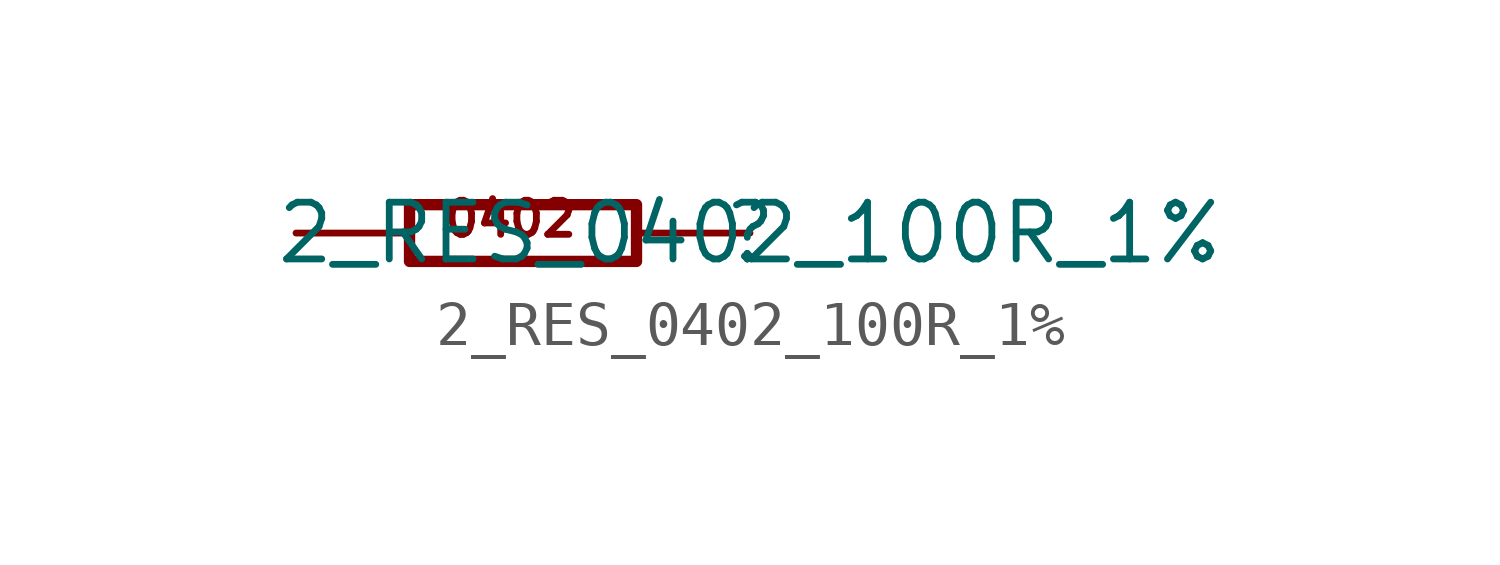
<source format=kicad_sym>
(kicad_symbol_lib
  (version 20211014)
  (generator kicad_symbol_editor)
  (symbol "2_RES_0402_100R_1%"
    (property "Reference" ""
      (at 0 0 0)
      (effects (font (size 1.27 1.27))))
    (property "Value" "2_RES_0402_100R_1%"
      (at 0 0 0)
      (effects (font (size 1.27 1.27))))
    (symbol "2_RES_0402_100R_1%_1_0"
      (polyline (pts (xy -7.62 0.635) (xy -7.62 0)) (stroke (width 0.254) (type default) (color 0 0 0 0)) (fill (type none)))
      (polyline (pts (xy -7.62 0) (xy -7.62 -0.635) (xy -2.54 -0.635) (xy -2.54 0.635) (xy -7.62 0.635)) (stroke (width 0.254) (type default) (color 0 0 0 0)) (fill (type none)))
      (text "0402" (at -3.81 0.762 0) (effects (font (size 0.762 0.762)) (justify right top)))
      (pin passive line (at 0 0 180) (length 2.54) (name "1" (effects (font (size 0 0)))) (number "1" (effects (font (size 0 0)))))
      (pin passive line (at -10.16 0 0) (length 2.54) (name "2" (effects (font (size 0 0)))) (number "2" (effects (font (size 0 0))))))))
</source>
